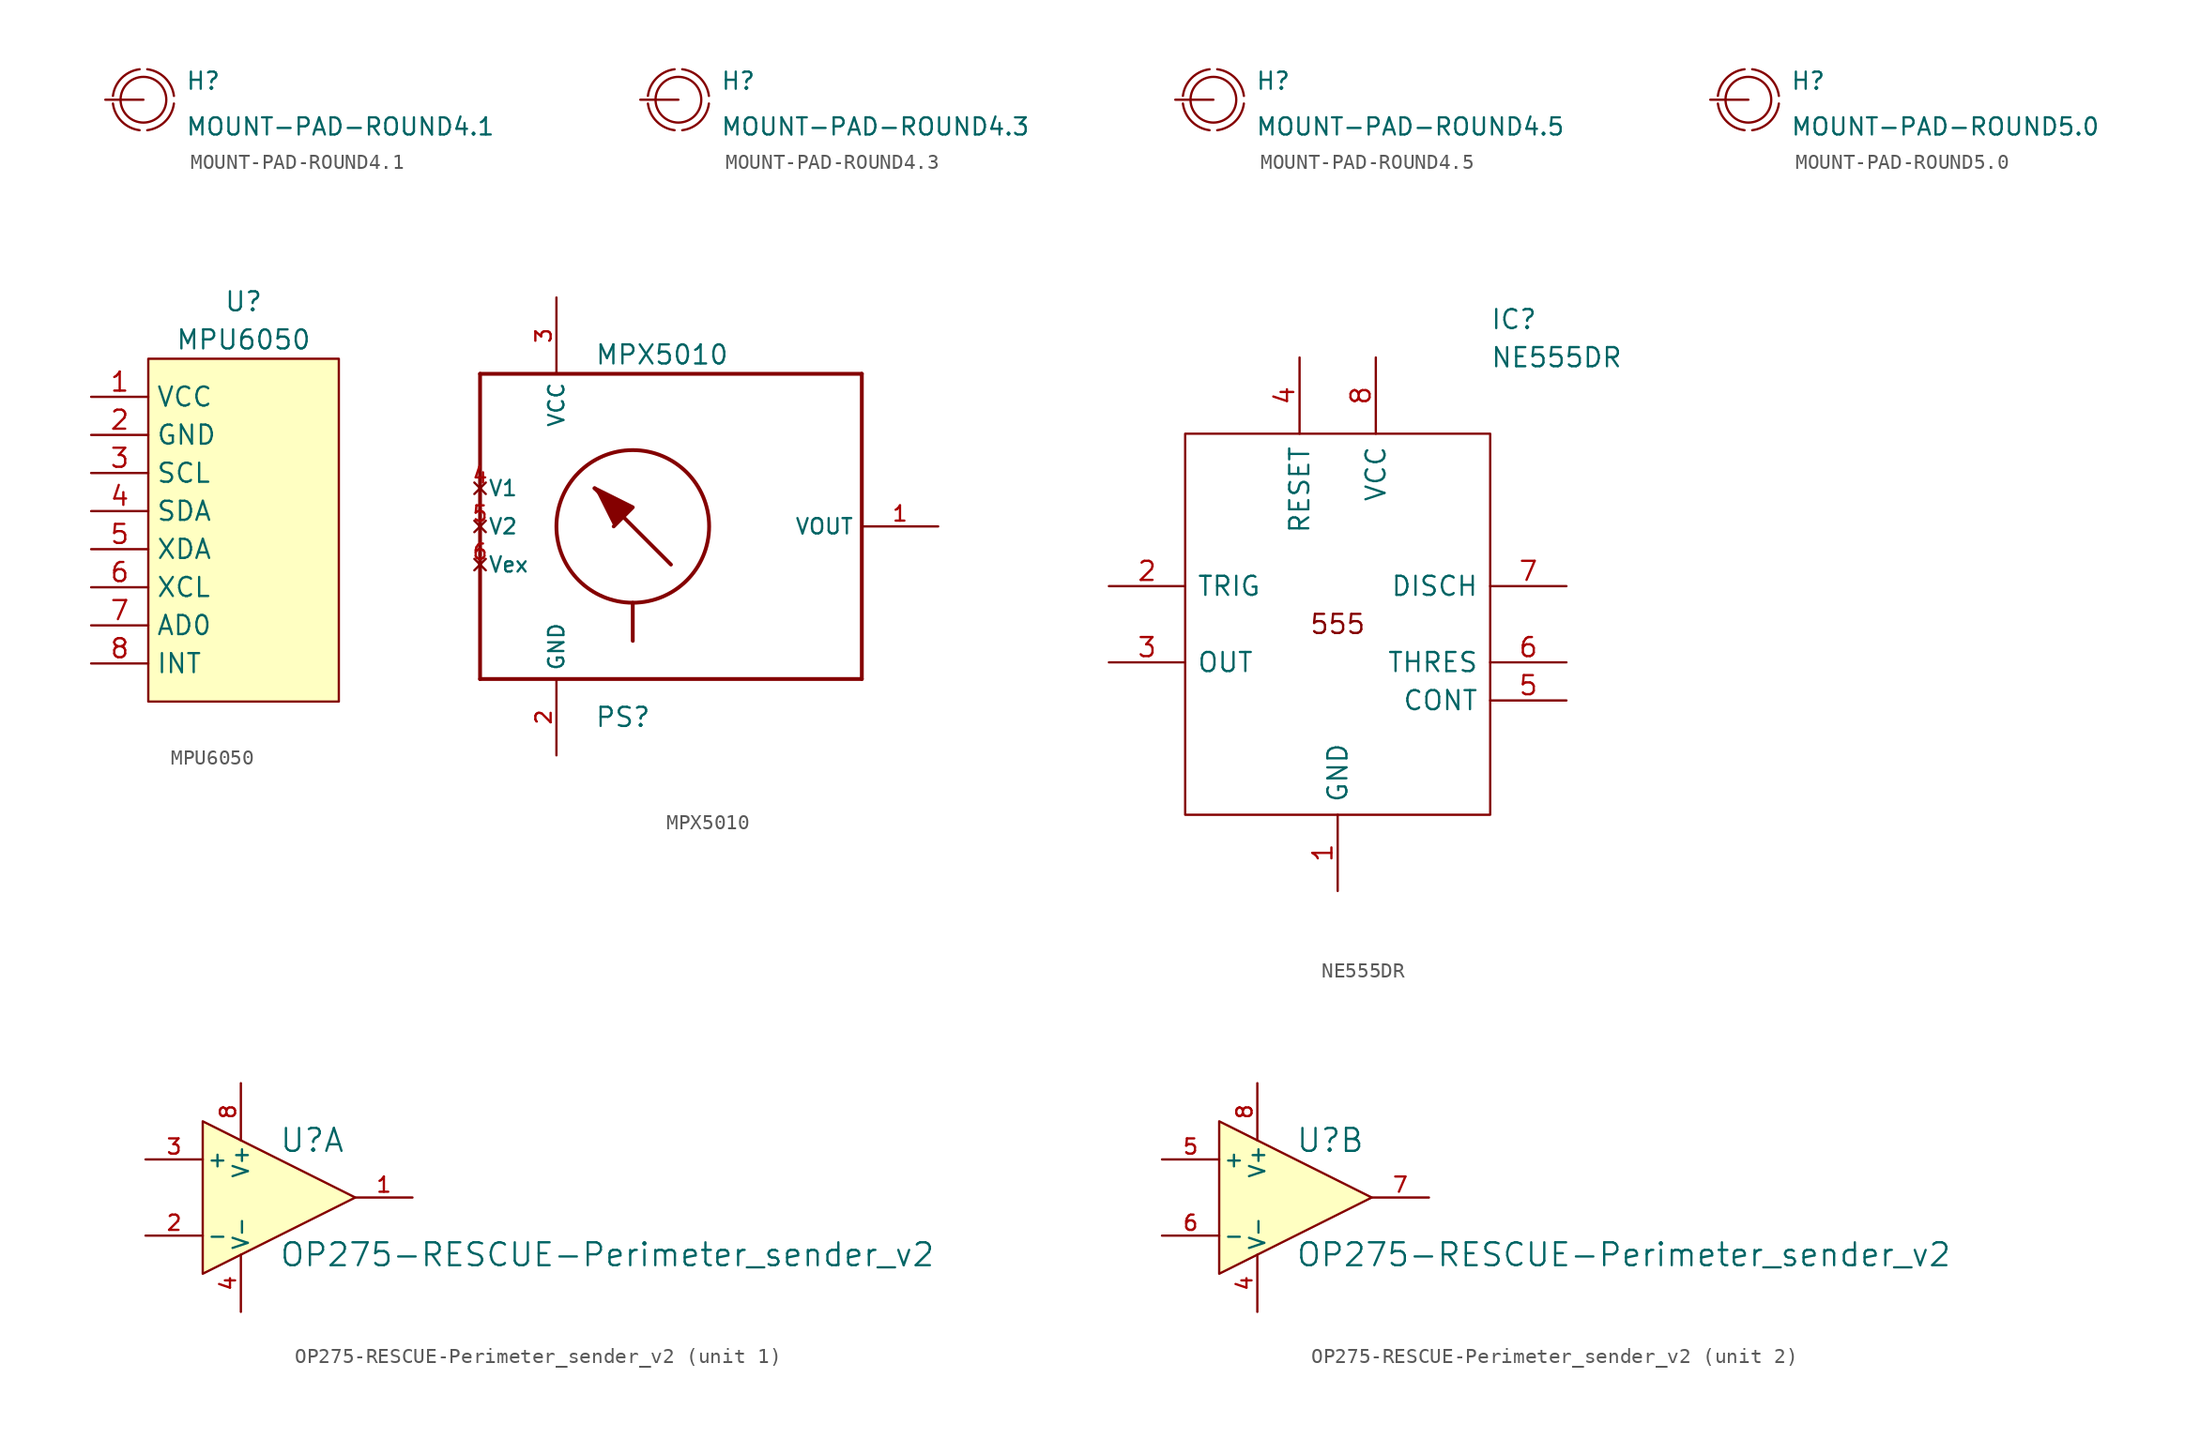
<source format=kicad_sym>
(kicad_symbol_lib
  (version 20201005)
  (generator kicad_symbol_editor)
  (symbol "Zimprich_neu:MOUNT-PAD-ROUND4.1"
    (pin_numbers hide)
    (pin_names hide)
    (property "Reference" "H"
      (at 2.794 0.584 0)
      (effects (font (size 1.143 1.143)) (justify left bottom)))
    (property "Value" "MOUNT-PAD-ROUND4.1"
      (at 2.794 -2.464 0)
      (effects (font (size 1.143 1.143)) (justify left bottom)))
    (property "ki_locked" ""
      (at 0 0 0)
      (effects (font (size 1.27 1.27))))
    (symbol "MOUNT-PAD-ROUND4.1_1_1"
      (arc (start 2.032 0.254) (end 0.254 2.032) (radius (at 0 0) (length 2.032) (angles 7.3 82.8)) (stroke (width 0)) (fill (type none)))
      (arc (start -0.254 2.032) (end -2.032 0.254) (radius (at 0 0) (length 2.032) (angles 97.3 172.8)) (stroke (width 0)) (fill (type none)))
      (arc (start -2.032 -0.254) (end -0.254 -2.032) (radius (at 0 0) (length 2.032) (angles -172.7 -97.2)) (stroke (width 0)) (fill (type none)))
      (arc (start 0.254 -2.032) (end 2.032 -0.254) (radius (at 0 0) (length 2.032) (angles -82.7 -7.2)) (stroke (width 0)) (fill (type none)))
      (circle (center 0 0) (radius 1.524) (stroke (width 0)) (fill (type none)))
      (pin passive line (at -2.54 0 0) (length 2.54) (name "MOUNT" (effects (font (size 1.016 1.016)))) (number "B4,1" (effects (font (size 1.016 1.016)))))))
  (symbol "Zimprich_neu:MOUNT-PAD-ROUND4.3"
    (pin_numbers hide)
    (pin_names hide)
    (property "Reference" "H"
      (at 2.794 0.584 0)
      (effects (font (size 1.143 1.143)) (justify left bottom)))
    (property "Value" "MOUNT-PAD-ROUND4.3"
      (at 2.794 -2.464 0)
      (effects (font (size 1.143 1.143)) (justify left bottom)))
    (property "ki_locked" ""
      (at 0 0 0)
      (effects (font (size 1.27 1.27))))
    (symbol "MOUNT-PAD-ROUND4.3_1_1"
      (arc (start 2.032 0.254) (end 0.254 2.032) (radius (at 0 0) (length 2.032) (angles 7.3 82.8)) (stroke (width 0)) (fill (type none)))
      (arc (start -0.254 2.032) (end -2.032 0.254) (radius (at 0 0) (length 2.032) (angles 97.3 172.8)) (stroke (width 0)) (fill (type none)))
      (arc (start -2.032 -0.254) (end -0.254 -2.032) (radius (at 0 0) (length 2.032) (angles -172.7 -97.2)) (stroke (width 0)) (fill (type none)))
      (arc (start 0.254 -2.032) (end 2.032 -0.254) (radius (at 0 0) (length 2.032) (angles -82.7 -7.2)) (stroke (width 0)) (fill (type none)))
      (circle (center 0 0) (radius 1.524) (stroke (width 0)) (fill (type none)))
      (pin passive line (at -2.54 0 0) (length 2.54) (name "MOUNT" (effects (font (size 1.016 1.016)))) (number "B4,3" (effects (font (size 1.016 1.016)))))))
  (symbol "Zimprich_neu:MOUNT-PAD-ROUND4.5"
    (pin_numbers hide)
    (pin_names hide)
    (property "Reference" "H"
      (at 2.794 0.584 0)
      (effects (font (size 1.143 1.143)) (justify left bottom)))
    (property "Value" "MOUNT-PAD-ROUND4.5"
      (at 2.794 -2.464 0)
      (effects (font (size 1.143 1.143)) (justify left bottom)))
    (property "ki_locked" ""
      (at 0 0 0)
      (effects (font (size 1.27 1.27))))
    (symbol "MOUNT-PAD-ROUND4.5_1_1"
      (arc (start 2.032 0.254) (end 0.254 2.032) (radius (at 0 0) (length 2.032) (angles 7.3 82.8)) (stroke (width 0)) (fill (type none)))
      (arc (start -0.254 2.032) (end -2.032 0.254) (radius (at 0 0) (length 2.032) (angles 97.3 172.8)) (stroke (width 0)) (fill (type none)))
      (arc (start -2.032 -0.254) (end -0.254 -2.032) (radius (at 0 0) (length 2.032) (angles -172.7 -97.2)) (stroke (width 0)) (fill (type none)))
      (arc (start 0.254 -2.032) (end 2.032 -0.254) (radius (at 0 0) (length 2.032) (angles -82.7 -7.2)) (stroke (width 0)) (fill (type none)))
      (circle (center 0 0) (radius 1.524) (stroke (width 0)) (fill (type none)))
      (pin passive line (at -2.54 0 0) (length 2.54) (name "MOUNT" (effects (font (size 1.016 1.016)))) (number "B4,5" (effects (font (size 1.016 1.016)))))))
  (symbol "Zimprich_neu:MOUNT-PAD-ROUND5.0"
    (pin_numbers hide)
    (pin_names hide)
    (property "Reference" "H"
      (at 2.794 0.584 0)
      (effects (font (size 1.143 1.143)) (justify left bottom)))
    (property "Value" "MOUNT-PAD-ROUND5.0"
      (at 2.794 -2.464 0)
      (effects (font (size 1.143 1.143)) (justify left bottom)))
    (property "ki_locked" ""
      (at 0 0 0)
      (effects (font (size 1.27 1.27))))
    (symbol "MOUNT-PAD-ROUND5.0_1_1"
      (arc (start 2.032 0.254) (end 0.254 2.032) (radius (at 0 0) (length 2.032) (angles 7.3 82.8)) (stroke (width 0)) (fill (type none)))
      (arc (start -0.254 2.032) (end -2.032 0.254) (radius (at 0 0) (length 2.032) (angles 97.3 172.8)) (stroke (width 0)) (fill (type none)))
      (arc (start -2.032 -0.254) (end -0.254 -2.032) (radius (at 0 0) (length 2.032) (angles -172.7 -97.2)) (stroke (width 0)) (fill (type none)))
      (arc (start 0.254 -2.032) (end 2.032 -0.254) (radius (at 0 0) (length 2.032) (angles -82.7 -7.2)) (stroke (width 0)) (fill (type none)))
      (circle (center 0 0) (radius 1.524) (stroke (width 0)) (fill (type none)))
      (pin passive line (at -2.54 0 0) (length 2.54) (name "MOUNT" (effects (font (size 1.016 1.016)))) (number "B5" (effects (font (size 1.016 1.016)))))))
  (symbol "Zimprich_neu:MPU6050"
    (property "Reference" "U"
      (at 0 15.24 0)
      (effects (font (size 1.27 1.27))))
    (property "Value" "MPU6050"
      (at 0 12.7 0)
      (effects (font (size 1.27 1.27))))
    (symbol "MPU6050_0_1"
      (rectangle (start -6.35 11.43) (end 6.35 -11.43) (stroke (width 0)) (fill (type background))))
    (symbol "MPU6050_1_1"
      (pin input line (at -10.16 8.89 0) (length 3.81) (name "VCC" (effects (font (size 1.27 1.27)))) (number "1" (effects (font (size 1.27 1.27)))))
      (pin input line (at -10.16 6.35 0) (length 3.81) (name "GND" (effects (font (size 1.27 1.27)))) (number "2" (effects (font (size 1.27 1.27)))))
      (pin input line (at -10.16 3.81 0) (length 3.81) (name "SCL" (effects (font (size 1.27 1.27)))) (number "3" (effects (font (size 1.27 1.27)))))
      (pin input line (at -10.16 1.27 0) (length 3.81) (name "SDA" (effects (font (size 1.27 1.27)))) (number "4" (effects (font (size 1.27 1.27)))))
      (pin input line (at -10.16 -1.27 0) (length 3.81) (name "XDA" (effects (font (size 1.27 1.27)))) (number "5" (effects (font (size 1.27 1.27)))))
      (pin input line (at -10.16 -3.81 0) (length 3.81) (name "XCL" (effects (font (size 1.27 1.27)))) (number "6" (effects (font (size 1.27 1.27)))))
      (pin input line (at -10.16 -6.35 0) (length 3.81) (name "AD0" (effects (font (size 1.27 1.27)))) (number "7" (effects (font (size 1.27 1.27)))))
      (pin input line (at -10.16 -8.89 0) (length 3.81) (name "INT" (effects (font (size 1.27 1.27)))) (number "8" (effects (font (size 1.27 1.27)))))))
  (symbol "Zimprich_neu:MPX5010"
    (property "Reference" "PS"
      (at -2.54 -12.7 0)
      (effects (font (size 1.27 1.27)) (justify left)))
    (property "Value" "MPX5010"
      (at -2.54 11.43 0)
      (effects (font (size 1.27 1.27)) (justify left)))
    (property "Footprint" ""
      (at 0 0 0)
      (effects (font (size 1.524 1.524))))
    (property "Datasheet" ""
      (at 0 0 0)
      (effects (font (size 1.524 1.524))))
    (symbol "MPX5010_0_0"
      (circle (center 0 0) (radius 5.08) (stroke (width 0.254)) (fill (type none)))
      (polyline (pts (xy -10.16 -10.16) (xy 15.24 -10.16)) (stroke (width 0.254)) (fill (type none)))
      (polyline (pts (xy -10.16 10.16) (xy -10.16 -10.16)) (stroke (width 0.254)) (fill (type none)))
      (polyline (pts (xy 0 -5.08) (xy 0 -7.62)) (stroke (width 0.254)) (fill (type none)))
      (polyline (pts (xy 2.54 -2.54) (xy -2.54 2.54)) (stroke (width 0.254)) (fill (type none)))
      (polyline (pts (xy 15.24 -10.16) (xy 15.24 10.16)) (stroke (width 0.254)) (fill (type none)))
      (polyline (pts (xy 15.24 10.16) (xy -10.16 10.16)) (stroke (width 0.254)) (fill (type none)))
      (polyline (pts (xy -2.54 2.54) (xy 0 1.27) (xy -1.27 0)) (stroke (width 0.254)) (fill (type outline)))
      (pin output line (at 20.32 0 180) (length 5.08) (name "VOUT" (effects (font (size 1.016 1.016)))) (number "1" (effects (font (size 1.016 1.016)))))
      (pin input line (at -5.08 -15.24 90) (length 5.08) (name "GND" (effects (font (size 1.016 1.016)))) (number "2" (effects (font (size 1.016 1.016)))))
      (pin input line (at -5.08 15.24 270) (length 5.08) (name "VCC" (effects (font (size 1.016 1.016)))) (number "3" (effects (font (size 1.016 1.016)))))
      (pin unconnected line (at -10.16 2.54 0) (length 0) (name "V1" (effects (font (size 1.016 1.016)))) (number "4" (effects (font (size 1.016 1.016)))))
      (pin unconnected line (at -10.16 0 0) (length 0) (name "V2" (effects (font (size 1.016 1.016)))) (number "5" (effects (font (size 1.016 1.016)))))
      (pin unconnected line (at -10.16 -2.54 0) (length 0) (name "Vex" (effects (font (size 1.016 1.016)))) (number "6" (effects (font (size 1.016 1.016)))))))
  (symbol "Zimprich_neu:NE555DR"
    (pin_names
      (offset 0.762))
    (property "Reference" "IC"
      (at 25.4 17.78 0)
      (effects (font (size 1.27 1.27)) (justify left)))
    (property "Value" "NE555DR"
      (at 25.4 15.24 0)
      (effects (font (size 1.27 1.27)) (justify left)))
    (symbol "NE555DR_0_1"
      (text "555" (at 15.24 -2.54 0) (effects (font (size 1.27 1.27))))
      (polyline (pts (xy 5.08 10.16) (xy 25.4 10.16) (xy 25.4 -15.24) (xy 5.08 -15.24) (xy 5.08 10.16)) (stroke (width 0.152)) (fill (type none))))
    (symbol "NE555DR_0_0"
      (pin bidirectional line (at 15.24 -20.32 90) (length 5.08) (name "GND" (effects (font (size 1.27 1.27)))) (number "1" (effects (font (size 1.27 1.27)))))
      (pin bidirectional line (at 0 0 0) (length 5.08) (name "TRIG" (effects (font (size 1.27 1.27)))) (number "2" (effects (font (size 1.27 1.27)))))
      (pin bidirectional line (at 0 -5.08 0) (length 5.08) (name "OUT" (effects (font (size 1.27 1.27)))) (number "3" (effects (font (size 1.27 1.27)))))
      (pin bidirectional line (at 12.7 15.24 270) (length 5.08) (name "RESET" (effects (font (size 1.27 1.27)))) (number "4" (effects (font (size 1.27 1.27)))))
      (pin bidirectional line (at 30.48 -7.62 180) (length 5.08) (name "CONT" (effects (font (size 1.27 1.27)))) (number "5" (effects (font (size 1.27 1.27)))))
      (pin bidirectional line (at 30.48 -5.08 180) (length 5.08) (name "THRES" (effects (font (size 1.27 1.27)))) (number "6" (effects (font (size 1.27 1.27)))))
      (pin bidirectional line (at 30.48 0 180) (length 5.08) (name "DISCH" (effects (font (size 1.27 1.27)))) (number "7" (effects (font (size 1.27 1.27)))))
      (pin bidirectional line (at 17.78 15.24 270) (length 5.08) (name "VCC" (effects (font (size 1.27 1.27)))) (number "8" (effects (font (size 1.27 1.27)))))))
  (symbol "Zimprich_neu:OP275-RESCUE-Perimeter_sender_v2"
    (pin_names
      (offset 0.254))
    (property "Reference" "U"
      (at 0 3.81 0)
      (effects (font (size 1.524 1.524)) (justify left)))
    (property "Value" "OP275-RESCUE-Perimeter_sender_v2"
      (at 0 -3.81 0)
      (effects (font (size 1.524 1.524)) (justify left)))
    (property "Footprint" ""
      (at 0 0 0)
      (effects (font (size 1.524 1.524))))
    (property "Datasheet" ""
      (at 0 0 0)
      (effects (font (size 1.524 1.524))))
    (symbol "OP275-RESCUE-Perimeter_sender_v2_0_1"
      (polyline (pts (xy -5.08 5.08) (xy 5.08 0) (xy -5.08 -5.08) (xy -5.08 5.08)) (stroke (width 0.152)) (fill (type background)))
      (pin power_in line (at -2.54 -7.62 90) (length 3.81) (name "V-" (effects (font (size 1.016 1.016)))) (number "4" (effects (font (size 1.016 1.016)))))
      (pin power_in line (at -2.54 7.62 270) (length 3.81) (name "V+" (effects (font (size 1.016 1.016)))) (number "8" (effects (font (size 1.016 1.016))))))
    (symbol "OP275-RESCUE-Perimeter_sender_v2_1_1"
      (pin output line (at 8.89 0 180) (length 3.81) (name "~" (effects (font (size 1.016 1.016)))) (number "1" (effects (font (size 1.016 1.016)))))
      (pin input line (at -8.89 -2.54 0) (length 3.81) (name "-" (effects (font (size 1.016 1.016)))) (number "2" (effects (font (size 1.016 1.016)))))
      (pin input line (at -8.89 2.54 0) (length 3.81) (name "+" (effects (font (size 1.016 1.016)))) (number "3" (effects (font (size 1.016 1.016))))))
    (symbol "OP275-RESCUE-Perimeter_sender_v2_2_1"
      (pin input line (at -8.89 2.54 0) (length 3.81) (name "+" (effects (font (size 1.016 1.016)))) (number "5" (effects (font (size 1.016 1.016)))))
      (pin input line (at -8.89 -2.54 0) (length 3.81) (name "-" (effects (font (size 1.016 1.016)))) (number "6" (effects (font (size 1.016 1.016)))))
      (pin output line (at 8.89 0 180) (length 3.81) (name "~" (effects (font (size 1.016 1.016)))) (number "7" (effects (font (size 1.016 1.016))))))))
</source>
